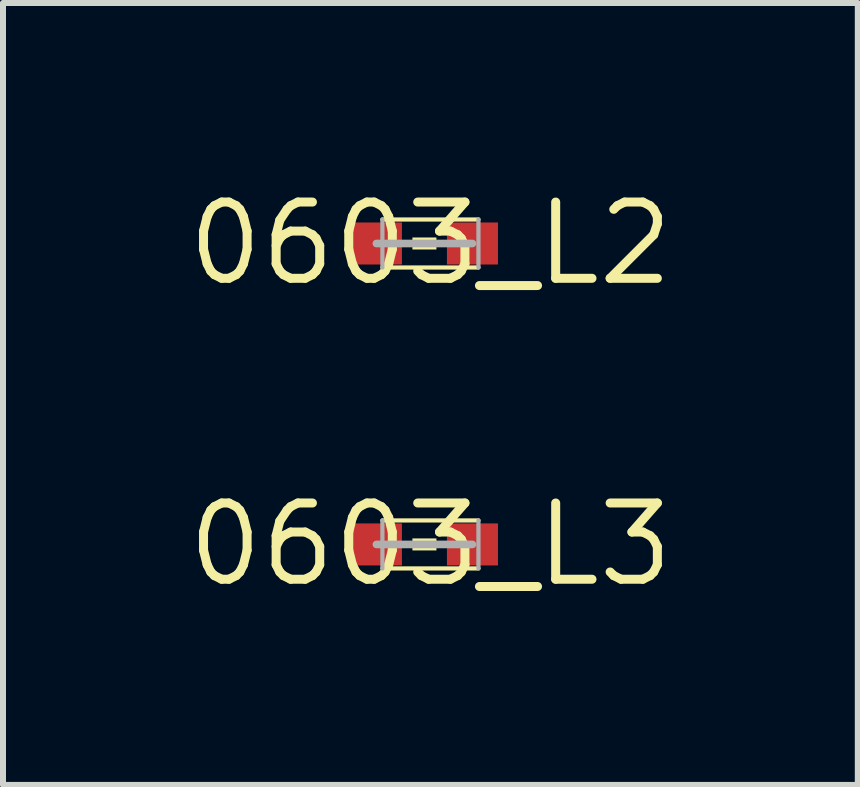
<source format=kicad_pcb>
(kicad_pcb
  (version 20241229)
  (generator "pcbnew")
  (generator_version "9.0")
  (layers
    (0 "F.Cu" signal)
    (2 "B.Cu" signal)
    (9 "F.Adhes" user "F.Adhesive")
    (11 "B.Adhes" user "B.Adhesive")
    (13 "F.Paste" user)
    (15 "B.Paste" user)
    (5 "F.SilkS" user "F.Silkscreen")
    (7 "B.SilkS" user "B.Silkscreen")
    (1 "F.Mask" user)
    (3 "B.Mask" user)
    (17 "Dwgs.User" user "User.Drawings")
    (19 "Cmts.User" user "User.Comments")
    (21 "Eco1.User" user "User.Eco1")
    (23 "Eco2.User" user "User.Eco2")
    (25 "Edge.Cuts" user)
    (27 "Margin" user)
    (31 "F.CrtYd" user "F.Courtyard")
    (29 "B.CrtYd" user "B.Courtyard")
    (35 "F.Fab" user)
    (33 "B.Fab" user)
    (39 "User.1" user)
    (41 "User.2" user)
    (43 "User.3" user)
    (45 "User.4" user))
  (footprint "0603_L3"
    (layer "F.Cu")
    (at 4.12 6.019)
    (property "Reference" "0603_L3" (at 0 0 0) (layer "F.SilkS") (effects (font (size 1.27 1.27) (thickness 0.15))))
    (fp_poly (pts (xy -1.325 -0.35) (xy -0.475 -0.35) (xy -0.475 0.35) (xy -1.325 0.35)) (stroke (width 0) (type default)) (fill yes) (layer "F.Mask"))
    (fp_poly (pts (xy 0.275 -0.35) (xy 1.125 -0.35) (xy 1.125 0.35) (xy 0.275 0.35)) (stroke (width 0) (type default)) (fill yes) (layer "F.Mask"))
    (fp_line (start -0.8 -0.4) (end 0.8 -0.4) (stroke (width 0.07) (type solid)) (layer "F.SilkS"))
    (fp_line (start 0.8 0.4) (end -0.8 0.4) (stroke (width 0.07) (type solid)) (layer "F.SilkS"))
    (fp_poly (pts (xy 0.1 -0.1) (xy -0.3 -0.1) (xy -0.3 0.1) (xy 0.1 0.1)) (stroke (width 0) (type default)) (fill yes) (layer "F.SilkS"))
    (fp_poly (pts (xy -1.325 -0.35) (xy -0.475 -0.35) (xy -0.475 0.35) (xy -1.325 0.35)) (stroke (width 0) (type default)) (fill yes) (layer "F.Paste"))
    (fp_poly (pts (xy 0.275 -0.35) (xy 1.125 -0.35) (xy 1.125 0.35) (xy 0.275 0.35)) (stroke (width 0) (type default)) (fill yes) (layer "F.Paste"))
    (fp_line (start -0.9 0) (end 0.7 0) (stroke (width 0.127) (type solid)) (layer "F.Fab"))
    (fp_line (start -0.8 0.4) (end -0.8 -0.4) (stroke (width 0.07) (type solid)) (layer "F.Fab"))
    (fp_line (start 0.8 -0.4) (end 0.8 0.4) (stroke (width 0.07) (type solid)) (layer "F.Fab"))
    (pad "1" smd rect (at -0.9 0) (size 0.85 0.7) (layers "F.Cu"))
    (pad "2" smd rect (at 0.7 0) (size 0.85 0.7) (layers "F.Cu")))
  (footprint "0603_L2"
    (layer "F.Cu")
    (at 4.12 1.006)
    (property "Reference" "0603_L2" (at 0 0 0) (layer "F.SilkS") (effects (font (size 1.27 1.27) (thickness 0.15))))
    (fp_poly (pts (xy -1.325 -0.35) (xy -0.475 -0.35) (xy -0.475 0.35) (xy -1.325 0.35)) (stroke (width 0) (type default)) (fill yes) (layer "F.Mask"))
    (fp_poly (pts (xy 0.275 -0.35) (xy 1.125 -0.35) (xy 1.125 0.35) (xy 0.275 0.35)) (stroke (width 0) (type default)) (fill yes) (layer "F.Mask"))
    (fp_line (start -0.8 -0.4) (end 0.8 -0.4) (stroke (width 0.07) (type solid)) (layer "F.SilkS"))
    (fp_line (start 0.8 0.4) (end -0.8 0.4) (stroke (width 0.07) (type solid)) (layer "F.SilkS"))
    (fp_poly (pts (xy 0.1 -0.1) (xy -0.3 -0.1) (xy -0.3 0.1) (xy 0.1 0.1)) (stroke (width 0) (type default)) (fill yes) (layer "F.SilkS"))
    (fp_poly (pts (xy -1.325 -0.35) (xy -0.475 -0.35) (xy -0.475 0.35) (xy -1.325 0.35)) (stroke (width 0) (type default)) (fill yes) (layer "F.Paste"))
    (fp_poly (pts (xy 0.275 -0.35) (xy 1.125 -0.35) (xy 1.125 0.35) (xy 0.275 0.35)) (stroke (width 0) (type default)) (fill yes) (layer "F.Paste"))
    (fp_line (start -0.9 0) (end 0.7 0) (stroke (width 0.127) (type solid)) (layer "F.Fab"))
    (fp_line (start -0.8 0.4) (end -0.8 -0.4) (stroke (width 0.07) (type solid)) (layer "F.Fab"))
    (fp_line (start 0.8 -0.4) (end 0.8 0.4) (stroke (width 0.07) (type solid)) (layer "F.Fab"))
    (pad "1" smd rect (at -0.9 0) (size 0.85 0.7) (layers "F.Cu"))
    (pad "2" smd rect (at 0.7 0) (size 0.85 0.7) (layers "F.Cu")))
  (gr_rect
    (start -3 -3)
    (end 11.239 10.025)
    (stroke (width 0.1) (type default))
    (fill no)
    (layer "Edge.Cuts")))
</source>
